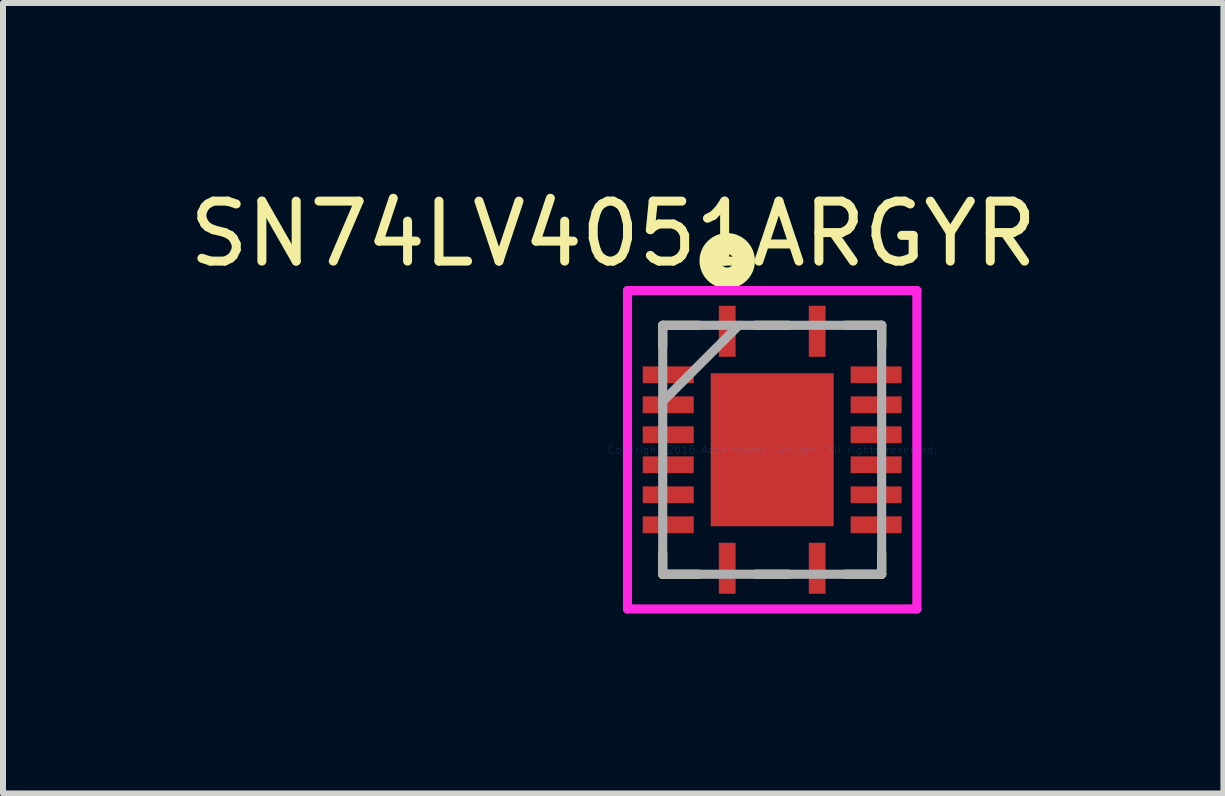
<source format=kicad_pcb>
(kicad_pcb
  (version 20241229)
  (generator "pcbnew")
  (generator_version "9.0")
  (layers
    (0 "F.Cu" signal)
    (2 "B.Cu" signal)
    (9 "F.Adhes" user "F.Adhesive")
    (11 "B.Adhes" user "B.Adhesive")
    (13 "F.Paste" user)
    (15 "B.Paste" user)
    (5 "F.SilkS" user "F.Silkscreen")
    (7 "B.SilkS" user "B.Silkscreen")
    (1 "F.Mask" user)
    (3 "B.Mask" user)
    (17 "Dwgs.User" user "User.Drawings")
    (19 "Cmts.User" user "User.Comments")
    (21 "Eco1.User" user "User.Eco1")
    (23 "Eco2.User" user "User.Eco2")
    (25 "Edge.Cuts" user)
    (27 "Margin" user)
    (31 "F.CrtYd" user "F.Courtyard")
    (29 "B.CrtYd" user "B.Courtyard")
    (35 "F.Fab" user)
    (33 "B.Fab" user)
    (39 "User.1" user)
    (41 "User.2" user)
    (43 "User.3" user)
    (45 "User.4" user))
  (footprint "SN74LV4051ARGYR"
    (layer "F.Cu")
    (at 9.823 4.448)
    (property "Reference" "SN74LV4051ARGYR" (at -2.65 -3.6 0) (layer "F.SilkS") (effects (font (size 1 1) (thickness 0.15))))
    (attr through_hole)
    (fp_line (start -2.228 -1.46) (end -2.228 -1.04) (stroke (width 0.152) (type solid)) (layer "F.Mask"))
    (fp_line (start -2.228 -1.04) (end -1.238 -1.04) (stroke (width 0.152) (type solid)) (layer "F.Mask"))
    (fp_line (start -2.228 -0.96) (end -2.228 -0.54) (stroke (width 0.152) (type solid)) (layer "F.Mask"))
    (fp_line (start -2.228 -0.54) (end -1.238 -0.54) (stroke (width 0.152) (type solid)) (layer "F.Mask"))
    (fp_line (start -2.228 -0.46) (end -2.228 -0.04) (stroke (width 0.152) (type solid)) (layer "F.Mask"))
    (fp_line (start -2.228 -0.04) (end -1.238 -0.04) (stroke (width 0.152) (type solid)) (layer "F.Mask"))
    (fp_line (start -2.228 0.04) (end -2.228 0.46) (stroke (width 0.152) (type solid)) (layer "F.Mask"))
    (fp_line (start -2.228 0.46) (end -1.238 0.46) (stroke (width 0.152) (type solid)) (layer "F.Mask"))
    (fp_line (start -2.228 0.54) (end -2.228 0.96) (stroke (width 0.152) (type solid)) (layer "F.Mask"))
    (fp_line (start -2.228 0.96) (end -1.238 0.96) (stroke (width 0.152) (type solid)) (layer "F.Mask"))
    (fp_line (start -2.228 1.04) (end -2.228 1.46) (stroke (width 0.152) (type solid)) (layer "F.Mask"))
    (fp_line (start -2.228 1.46) (end -1.238 1.46) (stroke (width 0.152) (type solid)) (layer "F.Mask"))
    (fp_line (start -1.238 -1.46) (end -2.228 -1.46) (stroke (width 0.152) (type solid)) (layer "F.Mask"))
    (fp_line (start -1.238 -1.04) (end -1.238 -1.46) (stroke (width 0.152) (type solid)) (layer "F.Mask"))
    (fp_line (start -1.238 -0.96) (end -2.228 -0.96) (stroke (width 0.152) (type solid)) (layer "F.Mask"))
    (fp_line (start -1.238 -0.54) (end -1.238 -0.96) (stroke (width 0.152) (type solid)) (layer "F.Mask"))
    (fp_line (start -1.238 -0.46) (end -2.228 -0.46) (stroke (width 0.152) (type solid)) (layer "F.Mask"))
    (fp_line (start -1.238 -0.04) (end -1.238 -0.46) (stroke (width 0.152) (type solid)) (layer "F.Mask"))
    (fp_line (start -1.238 0.04) (end -2.228 0.04) (stroke (width 0.152) (type solid)) (layer "F.Mask"))
    (fp_line (start -1.238 0.46) (end -1.238 0.04) (stroke (width 0.152) (type solid)) (layer "F.Mask"))
    (fp_line (start -1.238 0.54) (end -2.228 0.54) (stroke (width 0.152) (type solid)) (layer "F.Mask"))
    (fp_line (start -1.238 0.96) (end -1.238 0.54) (stroke (width 0.152) (type solid)) (layer "F.Mask"))
    (fp_line (start -1.238 1.04) (end -2.228 1.04) (stroke (width 0.152) (type solid)) (layer "F.Mask"))
    (fp_line (start -1.238 1.46) (end -1.238 1.04) (stroke (width 0.152) (type solid)) (layer "F.Mask"))
    (fp_line (start -1.089 -1.339) (end -0.594 -1.339) (stroke (width 0.152) (type solid)) (layer "F.Mask"))
    (fp_line (start -1.089 -1.339) (end 1.089 -1.339) (stroke (width 0.152) (type solid)) (layer "F.Mask"))
    (fp_line (start -1.089 -0.987) (end -1.089 -1.339) (stroke (width 0.152) (type solid)) (layer "F.Mask"))
    (fp_line (start -1.089 -0.587) (end 1.089 -0.587) (stroke (width 0.152) (type solid)) (layer "F.Mask"))
    (fp_line (start -1.089 -0.2) (end -1.089 -0.587) (stroke (width 0.152) (type solid)) (layer "F.Mask"))
    (fp_line (start -1.089 0.2) (end 1.089 0.2) (stroke (width 0.152) (type solid)) (layer "F.Mask"))
    (fp_line (start -1.089 0.587) (end -1.089 0.2) (stroke (width 0.152) (type solid)) (layer "F.Mask"))
    (fp_line (start -1.089 0.987) (end 1.089 0.987) (stroke (width 0.152) (type solid)) (layer "F.Mask"))
    (fp_line (start -1.089 1.339) (end -1.089 -1.339) (stroke (width 0.152) (type solid)) (layer "F.Mask"))
    (fp_line (start -1.089 1.339) (end -1.089 0.987) (stroke (width 0.152) (type solid)) (layer "F.Mask"))
    (fp_line (start -0.96 -2.47) (end -0.96 -1.48) (stroke (width 0.152) (type solid)) (layer "F.Mask"))
    (fp_line (start -0.96 -1.48) (end -0.54 -1.48) (stroke (width 0.152) (type solid)) (layer "F.Mask"))
    (fp_line (start -0.96 1.48) (end -0.96 2.47) (stroke (width 0.152) (type solid)) (layer "F.Mask"))
    (fp_line (start -0.96 2.47) (end -0.54 2.47) (stroke (width 0.152) (type solid)) (layer "F.Mask"))
    (fp_line (start -0.594 -1.339) (end -0.594 1.339) (stroke (width 0.152) (type solid)) (layer "F.Mask"))
    (fp_line (start -0.594 1.339) (end -1.089 1.339) (stroke (width 0.152) (type solid)) (layer "F.Mask"))
    (fp_line (start -0.54 -2.47) (end -0.96 -2.47) (stroke (width 0.152) (type solid)) (layer "F.Mask"))
    (fp_line (start -0.54 -1.48) (end -0.54 -2.47) (stroke (width 0.152) (type solid)) (layer "F.Mask"))
    (fp_line (start -0.54 1.48) (end -0.96 1.48) (stroke (width 0.152) (type solid)) (layer "F.Mask"))
    (fp_line (start -0.54 2.47) (end -0.54 1.48) (stroke (width 0.152) (type solid)) (layer "F.Mask"))
    (fp_line (start -0.194 -1.339) (end -0.194 1.339) (stroke (width 0.152) (type solid)) (layer "F.Mask"))
    (fp_line (start -0.194 1.339) (end 0.194 1.339) (stroke (width 0.152) (type solid)) (layer "F.Mask"))
    (fp_line (start 0.194 -1.339) (end -0.194 -1.339) (stroke (width 0.152) (type solid)) (layer "F.Mask"))
    (fp_line (start 0.54 -2.47) (end 0.54 -1.48) (stroke (width 0.152) (type solid)) (layer "F.Mask"))
    (fp_line (start 0.54 -1.48) (end 0.96 -1.48) (stroke (width 0.152) (type solid)) (layer "F.Mask"))
    (fp_line (start 0.54 1.48) (end 0.54 2.47) (stroke (width 0.152) (type solid)) (layer "F.Mask"))
    (fp_line (start 0.54 2.47) (end 0.96 2.47) (stroke (width 0.152) (type solid)) (layer "F.Mask"))
    (fp_line (start 0.594 -1.339) (end 1.089 -1.339) (stroke (width 0.152) (type solid)) (layer "F.Mask"))
    (fp_line (start 0.594 1.339) (end 0.594 -1.339) (stroke (width 0.152) (type solid)) (layer "F.Mask"))
    (fp_line (start 0.96 -2.47) (end 0.54 -2.47) (stroke (width 0.152) (type solid)) (layer "F.Mask"))
    (fp_line (start 0.96 -1.48) (end 0.96 -2.47) (stroke (width 0.152) (type solid)) (layer "F.Mask"))
    (fp_line (start 0.96 1.48) (end 0.54 1.48) (stroke (width 0.152) (type solid)) (layer "F.Mask"))
    (fp_line (start 0.96 2.47) (end 0.96 1.48) (stroke (width 0.152) (type solid)) (layer "F.Mask"))
    (fp_line (start 1.089 -1.339) (end 1.089 -0.987) (stroke (width 0.152) (type solid)) (layer "F.Mask"))
    (fp_line (start 1.089 -1.339) (end 1.089 1.339) (stroke (width 0.152) (type solid)) (layer "F.Mask"))
    (fp_line (start 1.089 -0.987) (end -1.089 -0.987) (stroke (width 0.152) (type solid)) (layer "F.Mask"))
    (fp_line (start 1.089 -0.587) (end 1.089 -0.2) (stroke (width 0.152) (type solid)) (layer "F.Mask"))
    (fp_line (start 1.089 -0.2) (end -1.089 -0.2) (stroke (width 0.152) (type solid)) (layer "F.Mask"))
    (fp_line (start 1.089 0.2) (end 1.089 0.587) (stroke (width 0.152) (type solid)) (layer "F.Mask"))
    (fp_line (start 1.089 0.587) (end -1.089 0.587) (stroke (width 0.152) (type solid)) (layer "F.Mask"))
    (fp_line (start 1.089 0.987) (end 1.089 1.339) (stroke (width 0.152) (type solid)) (layer "F.Mask"))
    (fp_line (start 1.089 1.339) (end -1.089 1.339) (stroke (width 0.152) (type solid)) (layer "F.Mask"))
    (fp_line (start 1.089 1.339) (end 0.594 1.339) (stroke (width 0.152) (type solid)) (layer "F.Mask"))
    (fp_line (start 1.238 -1.46) (end 1.238 -1.04) (stroke (width 0.152) (type solid)) (layer "F.Mask"))
    (fp_line (start 1.238 -1.04) (end 2.228 -1.04) (stroke (width 0.152) (type solid)) (layer "F.Mask"))
    (fp_line (start 1.238 -0.96) (end 1.238 -0.54) (stroke (width 0.152) (type solid)) (layer "F.Mask"))
    (fp_line (start 1.238 -0.54) (end 2.228 -0.54) (stroke (width 0.152) (type solid)) (layer "F.Mask"))
    (fp_line (start 1.238 -0.46) (end 1.238 -0.04) (stroke (width 0.152) (type solid)) (layer "F.Mask"))
    (fp_line (start 1.238 -0.04) (end 2.228 -0.04) (stroke (width 0.152) (type solid)) (layer "F.Mask"))
    (fp_line (start 1.238 0.04) (end 1.238 0.46) (stroke (width 0.152) (type solid)) (layer "F.Mask"))
    (fp_line (start 1.238 0.46) (end 2.228 0.46) (stroke (width 0.152) (type solid)) (layer "F.Mask"))
    (fp_line (start 1.238 0.54) (end 1.238 0.96) (stroke (width 0.152) (type solid)) (layer "F.Mask"))
    (fp_line (start 1.238 0.96) (end 2.228 0.96) (stroke (width 0.152) (type solid)) (layer "F.Mask"))
    (fp_line (start 1.238 1.04) (end 1.238 1.46) (stroke (width 0.152) (type solid)) (layer "F.Mask"))
    (fp_line (start 1.238 1.46) (end 2.228 1.46) (stroke (width 0.152) (type solid)) (layer "F.Mask"))
    (fp_line (start 2.228 -1.46) (end 1.238 -1.46) (stroke (width 0.152) (type solid)) (layer "F.Mask"))
    (fp_line (start 2.228 -1.04) (end 2.228 -1.46) (stroke (width 0.152) (type solid)) (layer "F.Mask"))
    (fp_line (start 2.228 -0.96) (end 1.238 -0.96) (stroke (width 0.152) (type solid)) (layer "F.Mask"))
    (fp_line (start 2.228 -0.54) (end 2.228 -0.96) (stroke (width 0.152) (type solid)) (layer "F.Mask"))
    (fp_line (start 2.228 -0.46) (end 1.238 -0.46) (stroke (width 0.152) (type solid)) (layer "F.Mask"))
    (fp_line (start 2.228 -0.04) (end 2.228 -0.46) (stroke (width 0.152) (type solid)) (layer "F.Mask"))
    (fp_line (start 2.228 0.04) (end 1.238 0.04) (stroke (width 0.152) (type solid)) (layer "F.Mask"))
    (fp_line (start 2.228 0.46) (end 2.228 0.04) (stroke (width 0.152) (type solid)) (layer "F.Mask"))
    (fp_line (start 2.228 0.54) (end 1.238 0.54) (stroke (width 0.152) (type solid)) (layer "F.Mask"))
    (fp_line (start 2.228 0.96) (end 2.228 0.54) (stroke (width 0.152) (type solid)) (layer "F.Mask"))
    (fp_line (start 2.228 1.04) (end 1.238 1.04) (stroke (width 0.152) (type solid)) (layer "F.Mask"))
    (fp_line (start 2.228 1.46) (end 2.228 1.04) (stroke (width 0.152) (type solid)) (layer "F.Mask"))
    (fp_line (start -1.825 -2.075) (end -1.825 -1.723) (stroke (width 0.152) (type solid)) (layer "F.SilkS"))
    (fp_line (start -1.825 1.723) (end -1.825 2.075) (stroke (width 0.152) (type solid)) (layer "F.SilkS"))
    (fp_line (start -1.825 2.075) (end -1.223 2.075) (stroke (width 0.152) (type solid)) (layer "F.SilkS"))
    (fp_line (start -1.223 -2.075) (end -1.825 -2.075) (stroke (width 0.152) (type solid)) (layer "F.SilkS"))
    (fp_line (start -0.277 2.075) (end 0.277 2.075) (stroke (width 0.152) (type solid)) (layer "F.SilkS"))
    (fp_line (start 0.277 -2.075) (end -0.277 -2.075) (stroke (width 0.152) (type solid)) (layer "F.SilkS"))
    (fp_line (start 1.223 2.075) (end 1.825 2.075) (stroke (width 0.152) (type solid)) (layer "F.SilkS"))
    (fp_line (start 1.825 -2.075) (end 1.223 -2.075) (stroke (width 0.152) (type solid)) (layer "F.SilkS"))
    (fp_line (start 1.825 -1.723) (end 1.825 -2.075) (stroke (width 0.152) (type solid)) (layer "F.SilkS"))
    (fp_line (start 1.825 2.075) (end 1.825 1.723) (stroke (width 0.152) (type solid)) (layer "F.SilkS"))
    (fp_circle (center -0.75 -3.15) (end -0.638 -3.15) (stroke (width 0.35) (type solid)) (fill no) (layer "F.SilkS"))
    (fp_line (start -2.133 -1.365) (end -2.133 -1.135) (stroke (width 0.152) (type solid)) (layer "F.Paste"))
    (fp_line (start -2.133 -1.135) (end -1.333 -1.135) (stroke (width 0.152) (type solid)) (layer "F.Paste"))
    (fp_line (start -2.133 -0.865) (end -2.133 -0.635) (stroke (width 0.152) (type solid)) (layer "F.Paste"))
    (fp_line (start -2.133 -0.635) (end -1.333 -0.635) (stroke (width 0.152) (type solid)) (layer "F.Paste"))
    (fp_line (start -2.133 -0.365) (end -2.133 -0.135) (stroke (width 0.152) (type solid)) (layer "F.Paste"))
    (fp_line (start -2.133 -0.135) (end -1.333 -0.135) (stroke (width 0.152) (type solid)) (layer "F.Paste"))
    (fp_line (start -2.133 0.135) (end -2.133 0.365) (stroke (width 0.152) (type solid)) (layer "F.Paste"))
    (fp_line (start -2.133 0.365) (end -1.333 0.365) (stroke (width 0.152) (type solid)) (layer "F.Paste"))
    (fp_line (start -2.133 0.635) (end -2.133 0.865) (stroke (width 0.152) (type solid)) (layer "F.Paste"))
    (fp_line (start -2.133 0.865) (end -1.333 0.865) (stroke (width 0.152) (type solid)) (layer "F.Paste"))
    (fp_line (start -2.133 1.135) (end -2.133 1.365) (stroke (width 0.152) (type solid)) (layer "F.Paste"))
    (fp_line (start -2.133 1.365) (end -1.333 1.365) (stroke (width 0.152) (type solid)) (layer "F.Paste"))
    (fp_line (start -1.333 -1.365) (end -2.133 -1.365) (stroke (width 0.152) (type solid)) (layer "F.Paste"))
    (fp_line (start -1.333 -1.135) (end -1.333 -1.365) (stroke (width 0.152) (type solid)) (layer "F.Paste"))
    (fp_line (start -1.333 -0.865) (end -2.133 -0.865) (stroke (width 0.152) (type solid)) (layer "F.Paste"))
    (fp_line (start -1.333 -0.635) (end -1.333 -0.865) (stroke (width 0.152) (type solid)) (layer "F.Paste"))
    (fp_line (start -1.333 -0.365) (end -2.133 -0.365) (stroke (width 0.152) (type solid)) (layer "F.Paste"))
    (fp_line (start -1.333 -0.135) (end -1.333 -0.365) (stroke (width 0.152) (type solid)) (layer "F.Paste"))
    (fp_line (start -1.333 0.135) (end -2.133 0.135) (stroke (width 0.152) (type solid)) (layer "F.Paste"))
    (fp_line (start -1.333 0.365) (end -1.333 0.135) (stroke (width 0.152) (type solid)) (layer "F.Paste"))
    (fp_line (start -1.333 0.635) (end -2.133 0.635) (stroke (width 0.152) (type solid)) (layer "F.Paste"))
    (fp_line (start -1.333 0.865) (end -1.333 0.635) (stroke (width 0.152) (type solid)) (layer "F.Paste"))
    (fp_line (start -1.333 1.135) (end -2.133 1.135) (stroke (width 0.152) (type solid)) (layer "F.Paste"))
    (fp_line (start -1.333 1.365) (end -1.333 1.135) (stroke (width 0.152) (type solid)) (layer "F.Paste"))
    (fp_line (start -0.95 -1.2) (end -0.95 -0.887) (stroke (width 0.152) (type solid)) (layer "F.Paste"))
    (fp_line (start -0.95 -0.887) (end -0.635 -0.887) (stroke (width 0.152) (type solid)) (layer "F.Paste"))
    (fp_line (start -0.95 -0.687) (end -0.95 -0.1) (stroke (width 0.152) (type solid)) (layer "F.Paste"))
    (fp_line (start -0.95 -0.1) (end -0.635 -0.1) (stroke (width 0.152) (type solid)) (layer "F.Paste"))
    (fp_line (start -0.95 0.1) (end -0.95 0.687) (stroke (width 0.152) (type solid)) (layer "F.Paste"))
    (fp_line (start -0.95 0.687) (end -0.635 0.687) (stroke (width 0.152) (type solid)) (layer "F.Paste"))
    (fp_line (start -0.95 0.887) (end -0.95 1.2) (stroke (width 0.152) (type solid)) (layer "F.Paste"))
    (fp_line (start -0.95 1.2) (end -0.494 1.2) (stroke (width 0.152) (type solid)) (layer "F.Paste"))
    (fp_line (start -0.865 -2.375) (end -0.865 -1.575) (stroke (width 0.152) (type solid)) (layer "F.Paste"))
    (fp_line (start -0.865 -1.575) (end -0.635 -1.575) (stroke (width 0.152) (type solid)) (layer "F.Paste"))
    (fp_line (start -0.865 1.575) (end -0.865 2.375) (stroke (width 0.152) (type solid)) (layer "F.Paste"))
    (fp_line (start -0.865 2.375) (end -0.635 2.375) (stroke (width 0.152) (type solid)) (layer "F.Paste"))
    (fp_line (start -0.635 -0.887) (end -0.635 -0.887) (stroke (width 0.152) (type solid)) (layer "F.Paste"))
    (fp_line (start -0.635 -0.887) (end -0.494 -1.029) (stroke (width 0.152) (type solid)) (layer "F.Paste"))
    (fp_line (start -0.635 -0.687) (end -0.95 -0.687) (stroke (width 0.152) (type solid)) (layer "F.Paste"))
    (fp_line (start -0.635 -0.687) (end -0.635 -0.687) (stroke (width 0.152) (type solid)) (layer "F.Paste"))
    (fp_line (start -0.635 -0.1) (end -0.635 -0.1) (stroke (width 0.152) (type solid)) (layer "F.Paste"))
    (fp_line (start -0.635 -0.1) (end -0.494 -0.241) (stroke (width 0.152) (type solid)) (layer "F.Paste"))
    (fp_line (start -0.635 0.1) (end -0.95 0.1) (stroke (width 0.152) (type solid)) (layer "F.Paste"))
    (fp_line (start -0.635 0.1) (end -0.635 0.1) (stroke (width 0.152) (type solid)) (layer "F.Paste"))
    (fp_line (start -0.635 0.687) (end -0.635 0.687) (stroke (width 0.152) (type solid)) (layer "F.Paste"))
    (fp_line (start -0.635 0.687) (end -0.494 0.546) (stroke (width 0.152) (type solid)) (layer "F.Paste"))
    (fp_line (start -0.635 0.887) (end -0.95 0.887) (stroke (width 0.152) (type solid)) (layer "F.Paste"))
    (fp_line (start -0.635 0.887) (end -0.635 0.887) (stroke (width 0.152) (type solid)) (layer "F.Paste"))
    (fp_line (start -0.635 -2.375) (end -0.865 -2.375) (stroke (width 0.152) (type solid)) (layer "F.Paste"))
    (fp_line (start -0.635 -1.575) (end -0.635 -2.375) (stroke (width 0.152) (type solid)) (layer "F.Paste"))
    (fp_line (start -0.635 1.575) (end -0.865 1.575) (stroke (width 0.152) (type solid)) (layer "F.Paste"))
    (fp_line (start -0.635 2.375) (end -0.635 1.575) (stroke (width 0.152) (type solid)) (layer "F.Paste"))
    (fp_line (start -0.494 -1.2) (end -0.95 -1.2) (stroke (width 0.152) (type solid)) (layer "F.Paste"))
    (fp_line (start -0.494 -1.029) (end -0.494 -1.2) (stroke (width 0.152) (type solid)) (layer "F.Paste"))
    (fp_line (start -0.494 -1.029) (end -0.494 -1.029) (stroke (width 0.152) (type solid)) (layer "F.Paste"))
    (fp_line (start -0.494 -0.546) (end -0.635 -0.687) (stroke (width 0.152) (type solid)) (layer "F.Paste"))
    (fp_line (start -0.494 -0.546) (end -0.494 -0.546) (stroke (width 0.152) (type solid)) (layer "F.Paste"))
    (fp_line (start -0.494 -0.241) (end -0.494 -0.546) (stroke (width 0.152) (type solid)) (layer "F.Paste"))
    (fp_line (start -0.494 -0.241) (end -0.494 -0.241) (stroke (width 0.152) (type solid)) (layer "F.Paste"))
    (fp_line (start -0.494 0.241) (end -0.635 0.1) (stroke (width 0.152) (type solid)) (layer "F.Paste"))
    (fp_line (start -0.494 0.241) (end -0.494 0.241) (stroke (width 0.152) (type solid)) (layer "F.Paste"))
    (fp_line (start -0.494 0.546) (end -0.494 0.241) (stroke (width 0.152) (type solid)) (layer "F.Paste"))
    (fp_line (start -0.494 0.546) (end -0.494 0.546) (stroke (width 0.152) (type solid)) (layer "F.Paste"))
    (fp_line (start -0.494 1.029) (end -0.635 0.887) (stroke (width 0.152) (type solid)) (layer "F.Paste"))
    (fp_line (start -0.494 1.029) (end -0.494 1.029) (stroke (width 0.152) (type solid)) (layer "F.Paste"))
    (fp_line (start -0.494 1.2) (end -0.494 1.029) (stroke (width 0.152) (type solid)) (layer "F.Paste"))
    (fp_line (start -0.294 -1.2) (end -0.294 -1.029) (stroke (width 0.152) (type solid)) (layer "F.Paste"))
    (fp_line (start -0.294 -1.029) (end -0.294 -1.029) (stroke (width 0.152) (type solid)) (layer "F.Paste"))
    (fp_line (start -0.294 -1.029) (end -0.152 -0.887) (stroke (width 0.152) (type solid)) (layer "F.Paste"))
    (fp_line (start -0.294 -0.546) (end -0.294 -0.546) (stroke (width 0.152) (type solid)) (layer "F.Paste"))
    (fp_line (start -0.294 -0.546) (end -0.294 -0.241) (stroke (width 0.152) (type solid)) (layer "F.Paste"))
    (fp_line (start -0.294 -0.241) (end -0.294 -0.241) (stroke (width 0.152) (type solid)) (layer "F.Paste"))
    (fp_line (start -0.294 -0.241) (end -0.152 -0.1) (stroke (width 0.152) (type solid)) (layer "F.Paste"))
    (fp_line (start -0.294 0.241) (end -0.294 0.241) (stroke (width 0.152) (type solid)) (layer "F.Paste"))
    (fp_line (start -0.294 0.241) (end -0.294 0.546) (stroke (width 0.152) (type solid)) (layer "F.Paste"))
    (fp_line (start -0.294 0.546) (end -0.294 0.546) (stroke (width 0.152) (type solid)) (layer "F.Paste"))
    (fp_line (start -0.294 0.546) (end -0.152 0.687) (stroke (width 0.152) (type solid)) (layer "F.Paste"))
    (fp_line (start -0.294 1.029) (end -0.294 1.029) (stroke (width 0.152) (type solid)) (layer "F.Paste"))
    (fp_line (start -0.294 1.029) (end -0.294 1.2) (stroke (width 0.152) (type solid)) (layer "F.Paste"))
    (fp_line (start -0.294 1.2) (end 0.294 1.2) (stroke (width 0.152) (type solid)) (layer "F.Paste"))
    (fp_line (start 0.294 -1.2) (end -0.294 -1.2) (stroke (width 0.152) (type solid)) (layer "F.Paste"))
    (fp_line (start 0.494 -1.2) (end 0.494 -1.029) (stroke (width 0.152) (type solid)) (layer "F.Paste"))
    (fp_line (start 0.494 -1.029) (end 0.494 -1.029) (stroke (width 0.152) (type solid)) (layer "F.Paste"))
    (fp_line (start 0.494 -1.029) (end 0.635 -0.887) (stroke (width 0.152) (type solid)) (layer "F.Paste"))
    (fp_line (start 0.494 -0.546) (end 0.494 -0.546) (stroke (width 0.152) (type solid)) (layer "F.Paste"))
    (fp_line (start 0.494 -0.546) (end 0.494 -0.241) (stroke (width 0.152) (type solid)) (layer "F.Paste"))
    (fp_line (start 0.494 -0.241) (end 0.494 -0.241) (stroke (width 0.152) (type solid)) (layer "F.Paste"))
    (fp_line (start 0.494 -0.241) (end 0.635 -0.1) (stroke (width 0.152) (type solid)) (layer "F.Paste"))
    (fp_line (start 0.494 0.241) (end 0.494 0.241) (stroke (width 0.152) (type solid)) (layer "F.Paste"))
    (fp_line (start 0.494 0.241) (end 0.494 0.546) (stroke (width 0.152) (type solid)) (layer "F.Paste"))
    (fp_line (start 0.494 0.546) (end 0.494 0.546) (stroke (width 0.152) (type solid)) (layer "F.Paste"))
    (fp_line (start 0.494 0.546) (end 0.635 0.687) (stroke (width 0.152) (type solid)) (layer "F.Paste"))
    (fp_line (start 0.494 1.029) (end 0.494 1.029) (stroke (width 0.152) (type solid)) (layer "F.Paste"))
    (fp_line (start 0.494 1.029) (end 0.494 1.2) (stroke (width 0.152) (type solid)) (layer "F.Paste"))
    (fp_line (start 0.494 1.2) (end 0.95 1.2) (stroke (width 0.152) (type solid)) (layer "F.Paste"))
    (fp_line (start 0.635 -2.375) (end 0.635 -1.575) (stroke (width 0.152) (type solid)) (layer "F.Paste"))
    (fp_line (start 0.635 -1.575) (end 0.865 -1.575) (stroke (width 0.152) (type solid)) (layer "F.Paste"))
    (fp_line (start 0.635 1.575) (end 0.635 2.375) (stroke (width 0.152) (type solid)) (layer "F.Paste"))
    (fp_line (start 0.635 2.375) (end 0.865 2.375) (stroke (width 0.152) (type solid)) (layer "F.Paste"))
    (fp_line (start 0.635 -0.887) (end 0.635 -0.887) (stroke (width 0.152) (type solid)) (layer "F.Paste"))
    (fp_line (start 0.635 -0.887) (end 0.95 -0.887) (stroke (width 0.152) (type solid)) (layer "F.Paste"))
    (fp_line (start 0.635 -0.687) (end 0.494 -0.546) (stroke (width 0.152) (type solid)) (layer "F.Paste"))
    (fp_line (start 0.635 -0.687) (end 0.635 -0.687) (stroke (width 0.152) (type solid)) (layer "F.Paste"))
    (fp_line (start 0.635 -0.1) (end 0.635 -0.1) (stroke (width 0.152) (type solid)) (layer "F.Paste"))
    (fp_line (start 0.635 -0.1) (end 0.95 -0.1) (stroke (width 0.152) (type solid)) (layer "F.Paste"))
    (fp_line (start 0.635 0.1) (end 0.494 0.241) (stroke (width 0.152) (type solid)) (layer "F.Paste"))
    (fp_line (start 0.635 0.1) (end 0.635 0.1) (stroke (width 0.152) (type solid)) (layer "F.Paste"))
    (fp_line (start 0.635 0.687) (end 0.635 0.687) (stroke (width 0.152) (type solid)) (layer "F.Paste"))
    (fp_line (start 0.635 0.687) (end 0.95 0.687) (stroke (width 0.152) (type solid)) (layer "F.Paste"))
    (fp_line (start 0.635 0.887) (end 0.494 1.029) (stroke (width 0.152) (type solid)) (layer "F.Paste"))
    (fp_line (start 0.635 0.887) (end 0.635 0.887) (stroke (width 0.152) (type solid)) (layer "F.Paste"))
    (fp_line (start 0.865 -2.375) (end 0.635 -2.375) (stroke (width 0.152) (type solid)) (layer "F.Paste"))
    (fp_line (start 0.865 -1.575) (end 0.865 -2.375) (stroke (width 0.152) (type solid)) (layer "F.Paste"))
    (fp_line (start 0.865 1.575) (end 0.635 1.575) (stroke (width 0.152) (type solid)) (layer "F.Paste"))
    (fp_line (start 0.865 2.375) (end 0.865 1.575) (stroke (width 0.152) (type solid)) (layer "F.Paste"))
    (fp_line (start 0.95 -1.2) (end 0.494 -1.2) (stroke (width 0.152) (type solid)) (layer "F.Paste"))
    (fp_line (start 0.95 -0.887) (end 0.95 -1.2) (stroke (width 0.152) (type solid)) (layer "F.Paste"))
    (fp_line (start 0.95 -0.687) (end 0.635 -0.687) (stroke (width 0.152) (type solid)) (layer "F.Paste"))
    (fp_line (start 0.95 -0.1) (end 0.95 -0.687) (stroke (width 0.152) (type solid)) (layer "F.Paste"))
    (fp_line (start 0.95 0.1) (end 0.635 0.1) (stroke (width 0.152) (type solid)) (layer "F.Paste"))
    (fp_line (start 0.95 0.687) (end 0.95 0.1) (stroke (width 0.152) (type solid)) (layer "F.Paste"))
    (fp_line (start 0.95 0.887) (end 0.635 0.887) (stroke (width 0.152) (type solid)) (layer "F.Paste"))
    (fp_line (start 0.95 1.2) (end 0.95 0.887) (stroke (width 0.152) (type solid)) (layer "F.Paste"))
    (fp_line (start 1.333 -1.365) (end 1.333 -1.135) (stroke (width 0.152) (type solid)) (layer "F.Paste"))
    (fp_line (start 1.333 -1.135) (end 2.133 -1.135) (stroke (width 0.152) (type solid)) (layer "F.Paste"))
    (fp_line (start 1.333 -0.865) (end 1.333 -0.635) (stroke (width 0.152) (type solid)) (layer "F.Paste"))
    (fp_line (start 1.333 -0.635) (end 2.133 -0.635) (stroke (width 0.152) (type solid)) (layer "F.Paste"))
    (fp_line (start 1.333 -0.365) (end 1.333 -0.135) (stroke (width 0.152) (type solid)) (layer "F.Paste"))
    (fp_line (start 1.333 -0.135) (end 2.133 -0.135) (stroke (width 0.152) (type solid)) (layer "F.Paste"))
    (fp_line (start 1.333 0.135) (end 1.333 0.365) (stroke (width 0.152) (type solid)) (layer "F.Paste"))
    (fp_line (start 1.333 0.365) (end 2.133 0.365) (stroke (width 0.152) (type solid)) (layer "F.Paste"))
    (fp_line (start 1.333 0.635) (end 1.333 0.865) (stroke (width 0.152) (type solid)) (layer "F.Paste"))
    (fp_line (start 1.333 0.865) (end 2.133 0.865) (stroke (width 0.152) (type solid)) (layer "F.Paste"))
    (fp_line (start 1.333 1.135) (end 1.333 1.365) (stroke (width 0.152) (type solid)) (layer "F.Paste"))
    (fp_line (start 1.333 1.365) (end 2.133 1.365) (stroke (width 0.152) (type solid)) (layer "F.Paste"))
    (fp_line (start 2.133 -1.365) (end 1.333 -1.365) (stroke (width 0.152) (type solid)) (layer "F.Paste"))
    (fp_line (start 2.133 -1.135) (end 2.133 -1.365) (stroke (width 0.152) (type solid)) (layer "F.Paste"))
    (fp_line (start 2.133 -0.865) (end 1.333 -0.865) (stroke (width 0.152) (type solid)) (layer "F.Paste"))
    (fp_line (start 2.133 -0.635) (end 2.133 -0.865) (stroke (width 0.152) (type solid)) (layer "F.Paste"))
    (fp_line (start 2.133 -0.365) (end 1.333 -0.365) (stroke (width 0.152) (type solid)) (layer "F.Paste"))
    (fp_line (start 2.133 -0.135) (end 2.133 -0.365) (stroke (width 0.152) (type solid)) (layer "F.Paste"))
    (fp_line (start 2.133 0.135) (end 1.333 0.135) (stroke (width 0.152) (type solid)) (layer "F.Paste"))
    (fp_line (start 2.133 0.365) (end 2.133 0.135) (stroke (width 0.152) (type solid)) (layer "F.Paste"))
    (fp_line (start 2.133 0.635) (end 1.333 0.635) (stroke (width 0.152) (type solid)) (layer "F.Paste"))
    (fp_line (start 2.133 0.865) (end 2.133 0.635) (stroke (width 0.152) (type solid)) (layer "F.Paste"))
    (fp_line (start 2.133 1.135) (end 1.333 1.135) (stroke (width 0.152) (type solid)) (layer "F.Paste"))
    (fp_line (start 2.133 1.365) (end 2.133 1.135) (stroke (width 0.152) (type solid)) (layer "F.Paste"))
    (fp_line (start -2.412 -2.654) (end 2.412 -2.654) (stroke (width 0.152) (type solid)) (layer "F.CrtYd"))
    (fp_line (start -2.412 2.654) (end -2.412 -2.654) (stroke (width 0.152) (type solid)) (layer "F.CrtYd"))
    (fp_line (start 2.412 -2.654) (end 2.412 2.654) (stroke (width 0.152) (type solid)) (layer "F.CrtYd"))
    (fp_line (start 2.412 2.654) (end -2.412 2.654) (stroke (width 0.152) (type solid)) (layer "F.CrtYd"))
    (fp_line (start -1.825 -2.075) (end -1.825 2.075) (stroke (width 0.152) (type solid)) (layer "F.Fab"))
    (fp_line (start -1.825 -0.805) (end -0.555 -2.075) (stroke (width 0.152) (type solid)) (layer "F.Fab"))
    (fp_line (start -1.825 2.075) (end 1.825 2.075) (stroke (width 0.152) (type solid)) (layer "F.Fab"))
    (fp_line (start 1.825 -2.075) (end -1.825 -2.075) (stroke (width 0.152) (type solid)) (layer "F.Fab"))
    (fp_line (start 1.825 2.075) (end 1.825 -2.075) (stroke (width 0.152) (type solid)) (layer "F.Fab"))
    (fp_text user "Copyright 2016 Accelerated Designs. All rights reserved." (at 0 0 0) (layer "Cmts.User") (effects (font (size 0.127 0.127) (thickness 0.002))))
    (pad "1" smd rect (at -0.75 -1.975) (size 0.28 0.85) (layers "F.Cu" "F.Mask" "F.Paste"))
    (pad "2" smd rect (at -1.733 -1.25 90) (size 0.28 0.85) (layers "F.Cu" "F.Mask" "F.Paste"))
    (pad "3" smd rect (at -1.733 -0.75 90) (size 0.28 0.85) (layers "F.Cu" "F.Mask" "F.Paste"))
    (pad "4" smd rect (at -1.733 -0.25 90) (size 0.28 0.85) (layers "F.Cu" "F.Mask" "F.Paste"))
    (pad "5" smd rect (at -1.733 0.25 90) (size 0.28 0.85) (layers "F.Cu" "F.Mask" "F.Paste"))
    (pad "6" smd rect (at -1.733 0.75 90) (size 0.28 0.85) (layers "F.Cu" "F.Mask" "F.Paste"))
    (pad "7" smd rect (at -1.733 1.25 90) (size 0.28 0.85) (layers "F.Cu" "F.Mask" "F.Paste"))
    (pad "8" smd rect (at -0.75 1.975) (size 0.28 0.85) (layers "F.Cu" "F.Mask" "F.Paste"))
    (pad "9" smd rect (at 0.75 1.975) (size 0.28 0.85) (layers "F.Cu" "F.Mask" "F.Paste"))
    (pad "10" smd rect (at 1.733 1.25 90) (size 0.28 0.85) (layers "F.Cu" "F.Mask" "F.Paste"))
    (pad "11" smd rect (at 1.733 0.75 90) (size 0.28 0.85) (layers "F.Cu" "F.Mask" "F.Paste"))
    (pad "12" smd rect (at 1.733 0.25 90) (size 0.28 0.85) (layers "F.Cu" "F.Mask" "F.Paste"))
    (pad "13" smd rect (at 1.733 -0.25 90) (size 0.28 0.85) (layers "F.Cu" "F.Mask" "F.Paste"))
    (pad "14" smd rect (at 1.733 -0.75 90) (size 0.28 0.85) (layers "F.Cu" "F.Mask" "F.Paste"))
    (pad "15" smd rect (at 1.733 -1.25 90) (size 0.28 0.85) (layers "F.Cu" "F.Mask" "F.Paste"))
    (pad "16" smd rect (at 0.75 -1.975) (size 0.28 0.85) (layers "F.Cu" "F.Mask" "F.Paste"))
    (pad "17" smd rect (at 0 0) (size 2.05 2.55) (layers "F.Cu" "F.Mask" "F.Paste")))
  (gr_rect
    (start -3 -3)
    (end 17.345 10.178)
    (stroke (width 0.1) (type default))
    (fill no)
    (layer "Edge.Cuts")))
</source>
